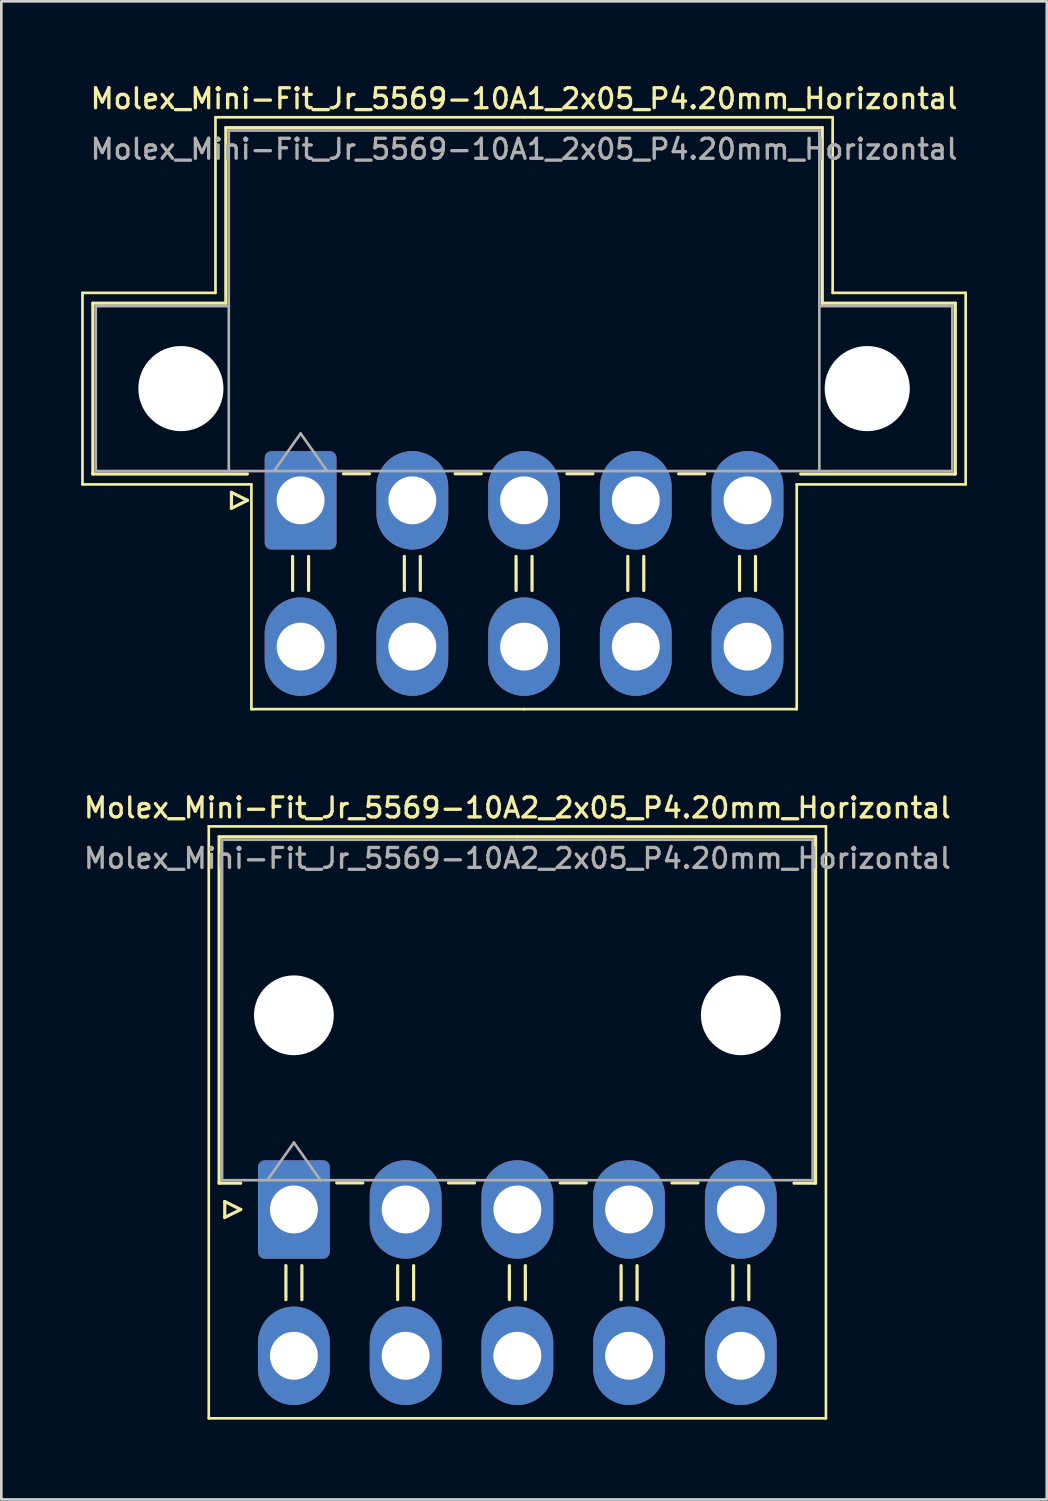
<source format=kicad_pcb>
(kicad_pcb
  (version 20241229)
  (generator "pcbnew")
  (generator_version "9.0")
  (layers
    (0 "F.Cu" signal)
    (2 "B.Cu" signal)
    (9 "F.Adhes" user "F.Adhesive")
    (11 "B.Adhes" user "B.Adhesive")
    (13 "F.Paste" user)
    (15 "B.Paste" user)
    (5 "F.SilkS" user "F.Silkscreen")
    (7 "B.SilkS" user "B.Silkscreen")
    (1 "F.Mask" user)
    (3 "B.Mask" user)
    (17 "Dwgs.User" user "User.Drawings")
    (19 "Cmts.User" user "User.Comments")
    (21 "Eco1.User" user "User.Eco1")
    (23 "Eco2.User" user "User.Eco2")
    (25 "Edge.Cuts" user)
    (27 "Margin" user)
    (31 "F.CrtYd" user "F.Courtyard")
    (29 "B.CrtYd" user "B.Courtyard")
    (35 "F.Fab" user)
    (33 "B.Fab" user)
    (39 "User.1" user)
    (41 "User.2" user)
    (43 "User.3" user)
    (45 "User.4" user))
  (footprint "Molex_Mini-Fit_Jr_5569-10A1_2x05_P4.20mm_Horizontal"
    (layer "F.Cu")
    (at 8.25 15.758)
    (property "Reference" "Molex_Mini-Fit_Jr_5569-10A1_2x05_P4.20mm_Horizontal" (at 8.4 -15.1 0) (layer "F.SilkS") (effects (font (size 0.75 0.75) (thickness 0.125))))
    (attr through_hole)
    (fp_line (start -8.2 -7.8) (end -8.2 -0.6) (stroke (width 0.1) (type solid)) (layer "F.SilkS"))
    (fp_line (start -8.2 -0.6) (end -1.85 -0.6) (stroke (width 0.1) (type solid)) (layer "F.SilkS"))
    (fp_line (start -7.81 -7.41) (end -7.81 -0.99) (stroke (width 0.12) (type solid)) (layer "F.SilkS"))
    (fp_line (start -7.81 -0.99) (end -2 -0.99) (stroke (width 0.12) (type solid)) (layer "F.SilkS"))
    (fp_line (start -3.2 -14.4) (end -3.2 -7.8) (stroke (width 0.1) (type solid)) (layer "F.SilkS"))
    (fp_line (start -3.2 -7.8) (end -8.2 -7.8) (stroke (width 0.1) (type solid)) (layer "F.SilkS"))
    (fp_line (start -2.81 -14.01) (end -2.81 -7.41) (stroke (width 0.12) (type solid)) (layer "F.SilkS"))
    (fp_line (start -2.81 -7.41) (end -7.81 -7.41) (stroke (width 0.12) (type solid)) (layer "F.SilkS"))
    (fp_line (start -2.6 -0.3) (end -2 0) (stroke (width 0.12) (type solid)) (layer "F.SilkS"))
    (fp_line (start -2.6 0.3) (end -2.6 -0.3) (stroke (width 0.12) (type solid)) (layer "F.SilkS"))
    (fp_line (start -2 0) (end -2.6 0.3) (stroke (width 0.12) (type solid)) (layer "F.SilkS"))
    (fp_line (start -1.85 -0.6) (end -1.85 7.85) (stroke (width 0.1) (type solid)) (layer "F.SilkS"))
    (fp_line (start -1.85 7.85) (end 8.4 7.85) (stroke (width 0.1) (type solid)) (layer "F.SilkS"))
    (fp_line (start -0.3 2.11) (end -0.3 3.39) (stroke (width 0.12) (type solid)) (layer "F.SilkS"))
    (fp_line (start 0.3 2.11) (end 0.3 3.39) (stroke (width 0.12) (type solid)) (layer "F.SilkS"))
    (fp_line (start 1.61 -1) (end 2.59 -1) (stroke (width 0.12) (type solid)) (layer "F.SilkS"))
    (fp_line (start 3.9 2.11) (end 3.9 3.39) (stroke (width 0.12) (type solid)) (layer "F.SilkS"))
    (fp_line (start 4.5 2.11) (end 4.5 3.39) (stroke (width 0.12) (type solid)) (layer "F.SilkS"))
    (fp_line (start 5.81 -1) (end 6.79 -1) (stroke (width 0.12) (type solid)) (layer "F.SilkS"))
    (fp_line (start 8.1 2.11) (end 8.1 3.39) (stroke (width 0.12) (type solid)) (layer "F.SilkS"))
    (fp_line (start 8.4 -14.4) (end -3.2 -14.4) (stroke (width 0.1) (type solid)) (layer "F.SilkS"))
    (fp_line (start 8.4 -14.4) (end 20 -14.4) (stroke (width 0.1) (type solid)) (layer "F.SilkS"))
    (fp_line (start 8.4 -14.01) (end -2.81 -14.01) (stroke (width 0.12) (type solid)) (layer "F.SilkS"))
    (fp_line (start 8.4 -14.01) (end 19.61 -14.01) (stroke (width 0.12) (type solid)) (layer "F.SilkS"))
    (fp_line (start 8.7 2.11) (end 8.7 3.39) (stroke (width 0.12) (type solid)) (layer "F.SilkS"))
    (fp_line (start 10.01 -1) (end 10.99 -1) (stroke (width 0.12) (type solid)) (layer "F.SilkS"))
    (fp_line (start 12.3 2.11) (end 12.3 3.39) (stroke (width 0.12) (type solid)) (layer "F.SilkS"))
    (fp_line (start 12.9 2.11) (end 12.9 3.39) (stroke (width 0.12) (type solid)) (layer "F.SilkS"))
    (fp_line (start 14.21 -1) (end 15.19 -1) (stroke (width 0.12) (type solid)) (layer "F.SilkS"))
    (fp_line (start 16.5 2.11) (end 16.5 3.39) (stroke (width 0.12) (type solid)) (layer "F.SilkS"))
    (fp_line (start 17.1 2.11) (end 17.1 3.39) (stroke (width 0.12) (type solid)) (layer "F.SilkS"))
    (fp_line (start 18.65 -0.6) (end 18.65 7.85) (stroke (width 0.1) (type solid)) (layer "F.SilkS"))
    (fp_line (start 18.65 7.85) (end 8.4 7.85) (stroke (width 0.1) (type solid)) (layer "F.SilkS"))
    (fp_line (start 19.61 -14.01) (end 19.61 -7.41) (stroke (width 0.12) (type solid)) (layer "F.SilkS"))
    (fp_line (start 19.61 -7.41) (end 24.61 -7.41) (stroke (width 0.12) (type solid)) (layer "F.SilkS"))
    (fp_line (start 20 -14.4) (end 20 -7.8) (stroke (width 0.1) (type solid)) (layer "F.SilkS"))
    (fp_line (start 20 -7.8) (end 25 -7.8) (stroke (width 0.1) (type solid)) (layer "F.SilkS"))
    (fp_line (start 24.61 -7.41) (end 24.61 -0.99) (stroke (width 0.12) (type solid)) (layer "F.SilkS"))
    (fp_line (start 24.61 -0.99) (end 18.8 -0.99) (stroke (width 0.12) (type solid)) (layer "F.SilkS"))
    (fp_line (start 25 -7.8) (end 25 -0.6) (stroke (width 0.1) (type solid)) (layer "F.SilkS"))
    (fp_line (start 25 -0.6) (end 18.65 -0.6) (stroke (width 0.1) (type solid)) (layer "F.SilkS"))
    (fp_line (start -7.7 -7.3) (end -7.7 -1.1) (stroke (width 0.1) (type solid)) (layer "F.Fab"))
    (fp_line (start -7.7 -1.1) (end -2.7 -1.1) (stroke (width 0.1) (type solid)) (layer "F.Fab"))
    (fp_line (start -2.7 -13.9) (end -2.7 -1.1) (stroke (width 0.1) (type solid)) (layer "F.Fab"))
    (fp_line (start -2.7 -7.3) (end -7.7 -7.3) (stroke (width 0.1) (type solid)) (layer "F.Fab"))
    (fp_line (start -2.7 -1.1) (end 19.5 -1.1) (stroke (width 0.1) (type solid)) (layer "F.Fab"))
    (fp_line (start -1 -1.1) (end 0 -2.514) (stroke (width 0.1) (type solid)) (layer "F.Fab"))
    (fp_line (start 0 -2.514) (end 1 -1.1) (stroke (width 0.1) (type solid)) (layer "F.Fab"))
    (fp_line (start 19.5 -13.9) (end -2.7 -13.9) (stroke (width 0.1) (type solid)) (layer "F.Fab"))
    (fp_line (start 19.5 -7.3) (end 24.5 -7.3) (stroke (width 0.1) (type solid)) (layer "F.Fab"))
    (fp_line (start 19.5 -1.1) (end 19.5 -13.9) (stroke (width 0.1) (type solid)) (layer "F.Fab"))
    (fp_line (start 24.5 -7.3) (end 24.5 -1.1) (stroke (width 0.1) (type solid)) (layer "F.Fab"))
    (fp_line (start 24.5 -1.1) (end 19.5 -1.1) (stroke (width 0.1) (type solid)) (layer "F.Fab"))
    (fp_text user "${REFERENCE}" (at 8.4 -13.2 0) (layer "F.Fab") (effects (font (size 0.75 0.75) (thickness 0.125))))
    (pad "" np_thru_hole circle (at -4.5 -4.2) (size 3.2 3.2) (drill 3.2) (layers "*.Cu" "*.Mask"))
    (pad "" np_thru_hole circle (at 21.3 -4.2) (size 3.2 3.2) (drill 3.2) (layers "*.Cu" "*.Mask"))
    (pad "1" thru_hole roundrect (at 0 0) (size 2.7 3.7) (drill 1.8) (layers "*.Cu" "*.Mask") (roundrect_rratio 0.093))
    (pad "2" thru_hole oval (at 4.2 0) (size 2.7 3.7) (drill 1.8) (layers "*.Cu" "*.Mask"))
    (pad "3" thru_hole oval (at 8.4 0) (size 2.7 3.7) (drill 1.8) (layers "*.Cu" "*.Mask"))
    (pad "4" thru_hole oval (at 12.6 0) (size 2.7 3.7) (drill 1.8) (layers "*.Cu" "*.Mask"))
    (pad "5" thru_hole oval (at 16.8 0) (size 2.7 3.7) (drill 1.8) (layers "*.Cu" "*.Mask"))
    (pad "6" thru_hole oval (at 0 5.5) (size 2.7 3.7) (drill 1.8) (layers "*.Cu" "*.Mask"))
    (pad "7" thru_hole oval (at 4.2 5.5) (size 2.7 3.7) (drill 1.8) (layers "*.Cu" "*.Mask"))
    (pad "8" thru_hole oval (at 8.4 5.5) (size 2.7 3.7) (drill 1.8) (layers "*.Cu" "*.Mask"))
    (pad "9" thru_hole oval (at 12.6 5.5) (size 2.7 3.7) (drill 1.8) (layers "*.Cu" "*.Mask"))
    (pad "10" thru_hole oval (at 16.8 5.5) (size 2.7 3.7) (drill 1.8) (layers "*.Cu" "*.Mask")))
  (footprint "Molex_Mini-Fit_Jr_5569-10A2_2x05_P4.20mm_Horizontal"
    (layer "F.Cu")
    (at 7.998 42.416)
    (property "Reference" "Molex_Mini-Fit_Jr_5569-10A2_2x05_P4.20mm_Horizontal" (at 8.4 -15.1 0) (layer "F.SilkS") (effects (font (size 0.75 0.75) (thickness 0.125))))
    (attr through_hole)
    (fp_line (start -3.2 -14.4) (end -3.2 7.85) (stroke (width 0.1) (type solid)) (layer "F.SilkS"))
    (fp_line (start -3.2 7.85) (end 20 7.85) (stroke (width 0.1) (type solid)) (layer "F.SilkS"))
    (fp_line (start -2.81 -14.01) (end 8.4 -14.01) (stroke (width 0.12) (type solid)) (layer "F.SilkS"))
    (fp_line (start -2.81 -0.99) (end -2.81 -14.01) (stroke (width 0.12) (type solid)) (layer "F.SilkS"))
    (fp_line (start -2.6 -0.3) (end -2 0) (stroke (width 0.12) (type solid)) (layer "F.SilkS"))
    (fp_line (start -2.6 0.3) (end -2.6 -0.3) (stroke (width 0.12) (type solid)) (layer "F.SilkS"))
    (fp_line (start -2 -0.99) (end -2.81 -0.99) (stroke (width 0.12) (type solid)) (layer "F.SilkS"))
    (fp_line (start -2 0) (end -2.6 0.3) (stroke (width 0.12) (type solid)) (layer "F.SilkS"))
    (fp_line (start -0.3 2.11) (end -0.3 3.39) (stroke (width 0.12) (type solid)) (layer "F.SilkS"))
    (fp_line (start 0.3 2.11) (end 0.3 3.39) (stroke (width 0.12) (type solid)) (layer "F.SilkS"))
    (fp_line (start 1.61 -1) (end 2.59 -1) (stroke (width 0.12) (type solid)) (layer "F.SilkS"))
    (fp_line (start 3.9 2.11) (end 3.9 3.39) (stroke (width 0.12) (type solid)) (layer "F.SilkS"))
    (fp_line (start 4.5 2.11) (end 4.5 3.39) (stroke (width 0.12) (type solid)) (layer "F.SilkS"))
    (fp_line (start 5.81 -1) (end 6.79 -1) (stroke (width 0.12) (type solid)) (layer "F.SilkS"))
    (fp_line (start 8.1 2.11) (end 8.1 3.39) (stroke (width 0.12) (type solid)) (layer "F.SilkS"))
    (fp_line (start 8.7 2.11) (end 8.7 3.39) (stroke (width 0.12) (type solid)) (layer "F.SilkS"))
    (fp_line (start 10.01 -1) (end 10.99 -1) (stroke (width 0.12) (type solid)) (layer "F.SilkS"))
    (fp_line (start 12.3 2.11) (end 12.3 3.39) (stroke (width 0.12) (type solid)) (layer "F.SilkS"))
    (fp_line (start 12.9 2.11) (end 12.9 3.39) (stroke (width 0.12) (type solid)) (layer "F.SilkS"))
    (fp_line (start 14.21 -1) (end 15.19 -1) (stroke (width 0.12) (type solid)) (layer "F.SilkS"))
    (fp_line (start 16.5 2.11) (end 16.5 3.39) (stroke (width 0.12) (type solid)) (layer "F.SilkS"))
    (fp_line (start 17.1 2.11) (end 17.1 3.39) (stroke (width 0.12) (type solid)) (layer "F.SilkS"))
    (fp_line (start 18.8 -0.99) (end 19.61 -0.99) (stroke (width 0.12) (type solid)) (layer "F.SilkS"))
    (fp_line (start 19.61 -14.01) (end 8.4 -14.01) (stroke (width 0.12) (type solid)) (layer "F.SilkS"))
    (fp_line (start 19.61 -0.99) (end 19.61 -14.01) (stroke (width 0.12) (type solid)) (layer "F.SilkS"))
    (fp_line (start 20 -14.4) (end -3.2 -14.4) (stroke (width 0.1) (type solid)) (layer "F.SilkS"))
    (fp_line (start 20 7.85) (end 20 -14.4) (stroke (width 0.1) (type solid)) (layer "F.SilkS"))
    (fp_line (start -2.7 -13.9) (end -2.7 -1.1) (stroke (width 0.1) (type solid)) (layer "F.Fab"))
    (fp_line (start -2.7 -1.1) (end 19.5 -1.1) (stroke (width 0.1) (type solid)) (layer "F.Fab"))
    (fp_line (start -1 -1.1) (end 0 -2.514) (stroke (width 0.1) (type solid)) (layer "F.Fab"))
    (fp_line (start 0 -2.514) (end 1 -1.1) (stroke (width 0.1) (type solid)) (layer "F.Fab"))
    (fp_line (start 19.5 -13.9) (end -2.7 -13.9) (stroke (width 0.1) (type solid)) (layer "F.Fab"))
    (fp_line (start 19.5 -1.1) (end 19.5 -13.9) (stroke (width 0.1) (type solid)) (layer "F.Fab"))
    (fp_text user "${REFERENCE}" (at 8.4 -13.2 0) (layer "F.Fab") (effects (font (size 0.75 0.75) (thickness 0.125))))
    (pad "" np_thru_hole circle (at 0 -7.3) (size 3 3) (drill 3) (layers "*.Cu" "*.Mask"))
    (pad "" np_thru_hole circle (at 16.8 -7.3) (size 3 3) (drill 3) (layers "*.Cu" "*.Mask"))
    (pad "1" thru_hole roundrect (at 0 0) (size 2.7 3.7) (drill 1.8) (layers "*.Cu" "*.Mask") (roundrect_rratio 0.093))
    (pad "2" thru_hole oval (at 4.2 0) (size 2.7 3.7) (drill 1.8) (layers "*.Cu" "*.Mask"))
    (pad "3" thru_hole oval (at 8.4 0) (size 2.7 3.7) (drill 1.8) (layers "*.Cu" "*.Mask"))
    (pad "4" thru_hole oval (at 12.6 0) (size 2.7 3.7) (drill 1.8) (layers "*.Cu" "*.Mask"))
    (pad "5" thru_hole oval (at 16.8 0) (size 2.7 3.7) (drill 1.8) (layers "*.Cu" "*.Mask"))
    (pad "6" thru_hole oval (at 0 5.5) (size 2.7 3.7) (drill 1.8) (layers "*.Cu" "*.Mask"))
    (pad "7" thru_hole oval (at 4.2 5.5) (size 2.7 3.7) (drill 1.8) (layers "*.Cu" "*.Mask"))
    (pad "8" thru_hole oval (at 8.4 5.5) (size 2.7 3.7) (drill 1.8) (layers "*.Cu" "*.Mask"))
    (pad "9" thru_hole oval (at 12.6 5.5) (size 2.7 3.7) (drill 1.8) (layers "*.Cu" "*.Mask"))
    (pad "10" thru_hole oval (at 16.8 5.5) (size 2.7 3.7) (drill 1.8) (layers "*.Cu" "*.Mask")))
  (gr_rect
    (start -3 -3)
    (end 36.3 53.316)
    (stroke (width 0.1) (type default))
    (fill no)
    (layer "Edge.Cuts")))
</source>
